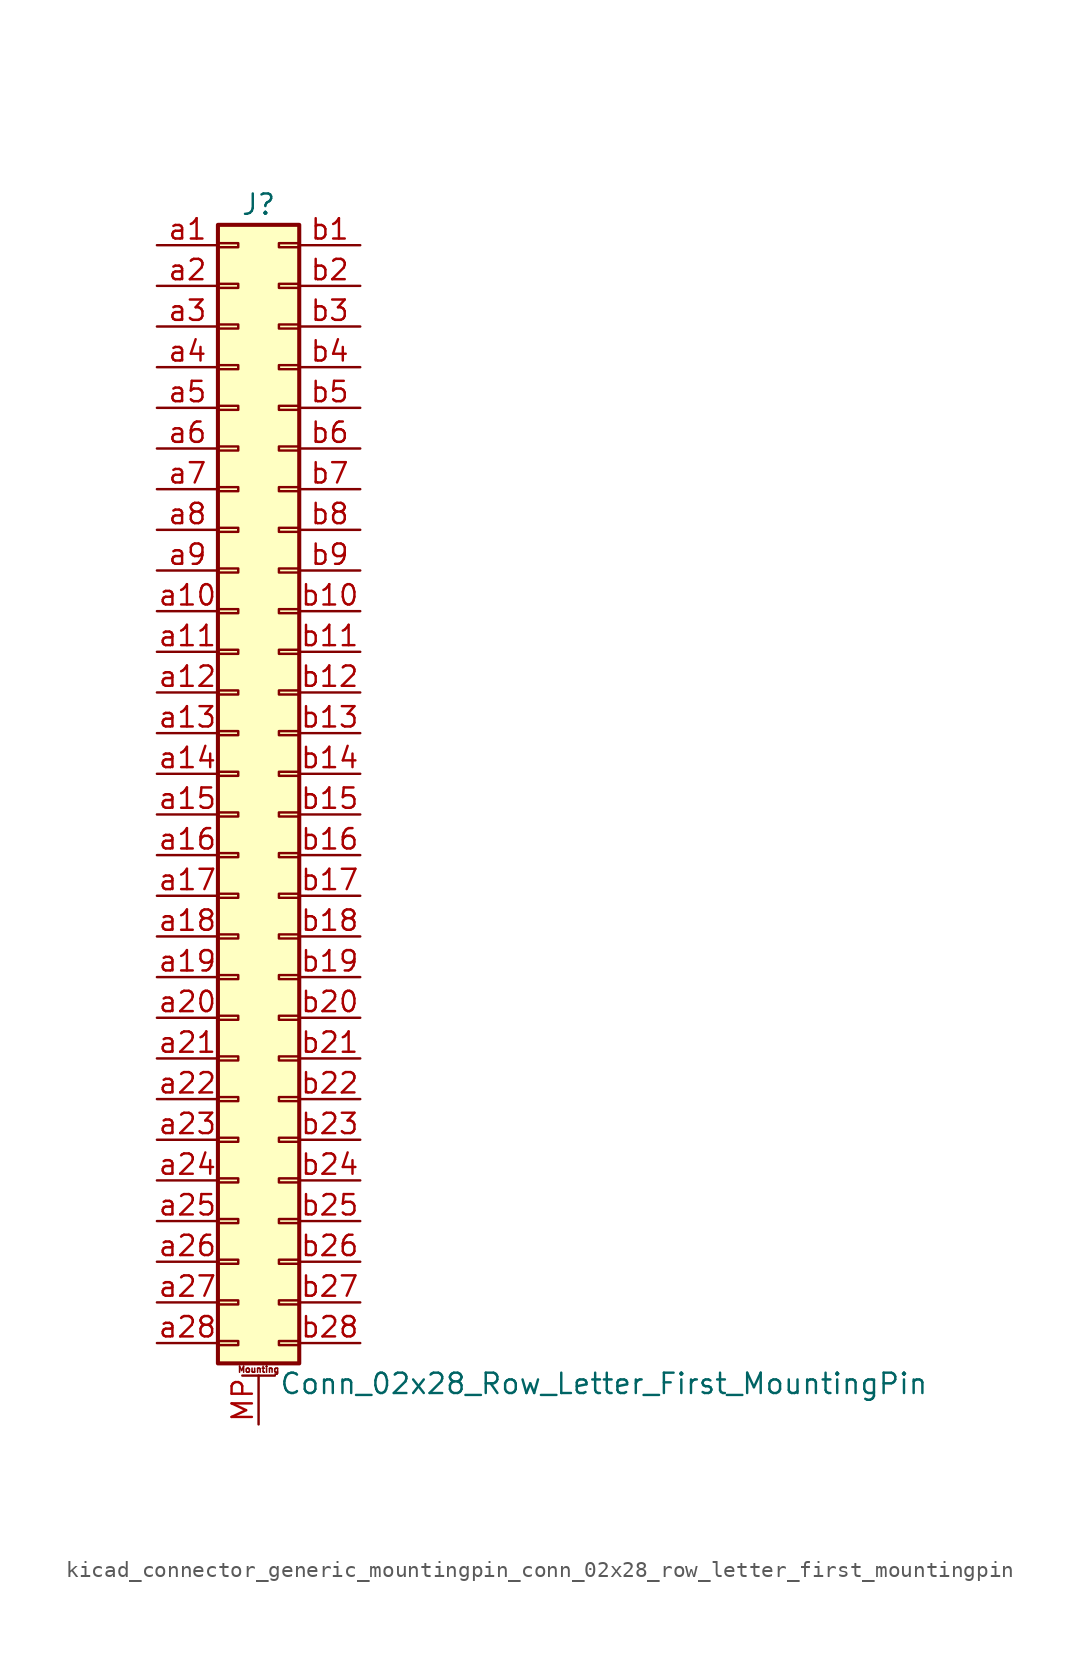
<source format=kicad_sym>
(kicad_symbol_lib
  (version 20220914)
  (generator kicad_symbol_editor)
  (symbol "kicad_connector_generic_mountingpin_conn_02x28_row_letter_first_mountingpin"
    (pin_names
      (offset 1.016) hide)
    (property "Reference" "J"
      (at 1.27 35.56 0)
      (effects (font (size 1.27 1.27))))
    (property "Value" "Conn_02x28_Row_Letter_First_MountingPin"
      (at 2.54 -38.1 0)
      (effects (font (size 1.27 1.27)) (justify left)))
    (symbol "kicad_connector_generic_mountingpin_conn_02x28_row_letter_first_mountingpin_1_1"
      (rectangle (start -1.27 -35.433) (end 0 -35.687) (stroke (width 0.152) (type default)) (fill (type none)))
      (rectangle (start -1.27 -32.893) (end 0 -33.147) (stroke (width 0.152) (type default)) (fill (type none)))
      (rectangle (start -1.27 -30.353) (end 0 -30.607) (stroke (width 0.152) (type default)) (fill (type none)))
      (rectangle (start -1.27 -27.813) (end 0 -28.067) (stroke (width 0.152) (type default)) (fill (type none)))
      (rectangle (start -1.27 -25.273) (end 0 -25.527) (stroke (width 0.152) (type default)) (fill (type none)))
      (rectangle (start -1.27 -22.733) (end 0 -22.987) (stroke (width 0.152) (type default)) (fill (type none)))
      (rectangle (start -1.27 -20.193) (end 0 -20.447) (stroke (width 0.152) (type default)) (fill (type none)))
      (rectangle (start -1.27 -17.653) (end 0 -17.907) (stroke (width 0.152) (type default)) (fill (type none)))
      (rectangle (start -1.27 -15.113) (end 0 -15.367) (stroke (width 0.152) (type default)) (fill (type none)))
      (rectangle (start -1.27 -12.573) (end 0 -12.827) (stroke (width 0.152) (type default)) (fill (type none)))
      (rectangle (start -1.27 -10.033) (end 0 -10.287) (stroke (width 0.152) (type default)) (fill (type none)))
      (rectangle (start -1.27 -7.493) (end 0 -7.747) (stroke (width 0.152) (type default)) (fill (type none)))
      (rectangle (start -1.27 -4.953) (end 0 -5.207) (stroke (width 0.152) (type default)) (fill (type none)))
      (rectangle (start -1.27 -2.413) (end 0 -2.667) (stroke (width 0.152) (type default)) (fill (type none)))
      (rectangle (start -1.27 0.127) (end 0 -0.127) (stroke (width 0.152) (type default)) (fill (type none)))
      (rectangle (start -1.27 2.667) (end 0 2.413) (stroke (width 0.152) (type default)) (fill (type none)))
      (rectangle (start -1.27 5.207) (end 0 4.953) (stroke (width 0.152) (type default)) (fill (type none)))
      (rectangle (start -1.27 7.747) (end 0 7.493) (stroke (width 0.152) (type default)) (fill (type none)))
      (rectangle (start -1.27 10.287) (end 0 10.033) (stroke (width 0.152) (type default)) (fill (type none)))
      (rectangle (start -1.27 12.827) (end 0 12.573) (stroke (width 0.152) (type default)) (fill (type none)))
      (rectangle (start -1.27 15.367) (end 0 15.113) (stroke (width 0.152) (type default)) (fill (type none)))
      (rectangle (start -1.27 17.907) (end 0 17.653) (stroke (width 0.152) (type default)) (fill (type none)))
      (rectangle (start -1.27 20.447) (end 0 20.193) (stroke (width 0.152) (type default)) (fill (type none)))
      (rectangle (start -1.27 22.987) (end 0 22.733) (stroke (width 0.152) (type default)) (fill (type none)))
      (rectangle (start -1.27 25.527) (end 0 25.273) (stroke (width 0.152) (type default)) (fill (type none)))
      (rectangle (start -1.27 28.067) (end 0 27.813) (stroke (width 0.152) (type default)) (fill (type none)))
      (rectangle (start -1.27 30.607) (end 0 30.353) (stroke (width 0.152) (type default)) (fill (type none)))
      (rectangle (start -1.27 33.147) (end 0 32.893) (stroke (width 0.152) (type default)) (fill (type none)))
      (rectangle (start -1.27 34.29) (end 3.81 -36.83) (stroke (width 0.254) (type default)) (fill (type background)))
      (polyline (pts (xy 0.254 -37.592) (xy 2.286 -37.592)) (stroke (width 0.152) (type default)) (fill (type none)))
      (rectangle (start 3.81 -35.433) (end 2.54 -35.687) (stroke (width 0.152) (type default)) (fill (type none)))
      (rectangle (start 3.81 -32.893) (end 2.54 -33.147) (stroke (width 0.152) (type default)) (fill (type none)))
      (rectangle (start 3.81 -30.353) (end 2.54 -30.607) (stroke (width 0.152) (type default)) (fill (type none)))
      (rectangle (start 3.81 -27.813) (end 2.54 -28.067) (stroke (width 0.152) (type default)) (fill (type none)))
      (rectangle (start 3.81 -25.273) (end 2.54 -25.527) (stroke (width 0.152) (type default)) (fill (type none)))
      (rectangle (start 3.81 -22.733) (end 2.54 -22.987) (stroke (width 0.152) (type default)) (fill (type none)))
      (rectangle (start 3.81 -20.193) (end 2.54 -20.447) (stroke (width 0.152) (type default)) (fill (type none)))
      (rectangle (start 3.81 -17.653) (end 2.54 -17.907) (stroke (width 0.152) (type default)) (fill (type none)))
      (rectangle (start 3.81 -15.113) (end 2.54 -15.367) (stroke (width 0.152) (type default)) (fill (type none)))
      (rectangle (start 3.81 -12.573) (end 2.54 -12.827) (stroke (width 0.152) (type default)) (fill (type none)))
      (rectangle (start 3.81 -10.033) (end 2.54 -10.287) (stroke (width 0.152) (type default)) (fill (type none)))
      (rectangle (start 3.81 -7.493) (end 2.54 -7.747) (stroke (width 0.152) (type default)) (fill (type none)))
      (rectangle (start 3.81 -4.953) (end 2.54 -5.207) (stroke (width 0.152) (type default)) (fill (type none)))
      (rectangle (start 3.81 -2.413) (end 2.54 -2.667) (stroke (width 0.152) (type default)) (fill (type none)))
      (rectangle (start 3.81 0.127) (end 2.54 -0.127) (stroke (width 0.152) (type default)) (fill (type none)))
      (rectangle (start 3.81 2.667) (end 2.54 2.413) (stroke (width 0.152) (type default)) (fill (type none)))
      (rectangle (start 3.81 5.207) (end 2.54 4.953) (stroke (width 0.152) (type default)) (fill (type none)))
      (rectangle (start 3.81 7.747) (end 2.54 7.493) (stroke (width 0.152) (type default)) (fill (type none)))
      (rectangle (start 3.81 10.287) (end 2.54 10.033) (stroke (width 0.152) (type default)) (fill (type none)))
      (rectangle (start 3.81 12.827) (end 2.54 12.573) (stroke (width 0.152) (type default)) (fill (type none)))
      (rectangle (start 3.81 15.367) (end 2.54 15.113) (stroke (width 0.152) (type default)) (fill (type none)))
      (rectangle (start 3.81 17.907) (end 2.54 17.653) (stroke (width 0.152) (type default)) (fill (type none)))
      (rectangle (start 3.81 20.447) (end 2.54 20.193) (stroke (width 0.152) (type default)) (fill (type none)))
      (rectangle (start 3.81 22.987) (end 2.54 22.733) (stroke (width 0.152) (type default)) (fill (type none)))
      (rectangle (start 3.81 25.527) (end 2.54 25.273) (stroke (width 0.152) (type default)) (fill (type none)))
      (rectangle (start 3.81 28.067) (end 2.54 27.813) (stroke (width 0.152) (type default)) (fill (type none)))
      (rectangle (start 3.81 30.607) (end 2.54 30.353) (stroke (width 0.152) (type default)) (fill (type none)))
      (rectangle (start 3.81 33.147) (end 2.54 32.893) (stroke (width 0.152) (type default)) (fill (type none)))
      (text "Mounting" (at 1.27 -37.211 0) (effects (font (size 0.381 0.381))))
      (pin passive line (at 1.27 -40.64 90) (length 3.048) (name "MountPin" (effects (font (size 1.27 1.27)))) (number "MP" (effects (font (size 1.27 1.27)))))
      (pin passive line (at -5.08 33.02 0) (length 3.81) (name "Pin_a1" (effects (font (size 1.27 1.27)))) (number "a1" (effects (font (size 1.27 1.27)))))
      (pin passive line (at -5.08 10.16 0) (length 3.81) (name "Pin_a10" (effects (font (size 1.27 1.27)))) (number "a10" (effects (font (size 1.27 1.27)))))
      (pin passive line (at -5.08 7.62 0) (length 3.81) (name "Pin_a11" (effects (font (size 1.27 1.27)))) (number "a11" (effects (font (size 1.27 1.27)))))
      (pin passive line (at -5.08 5.08 0) (length 3.81) (name "Pin_a12" (effects (font (size 1.27 1.27)))) (number "a12" (effects (font (size 1.27 1.27)))))
      (pin passive line (at -5.08 2.54 0) (length 3.81) (name "Pin_a13" (effects (font (size 1.27 1.27)))) (number "a13" (effects (font (size 1.27 1.27)))))
      (pin passive line (at -5.08 0 0) (length 3.81) (name "Pin_a14" (effects (font (size 1.27 1.27)))) (number "a14" (effects (font (size 1.27 1.27)))))
      (pin passive line (at -5.08 -2.54 0) (length 3.81) (name "Pin_a15" (effects (font (size 1.27 1.27)))) (number "a15" (effects (font (size 1.27 1.27)))))
      (pin passive line (at -5.08 -5.08 0) (length 3.81) (name "Pin_a16" (effects (font (size 1.27 1.27)))) (number "a16" (effects (font (size 1.27 1.27)))))
      (pin passive line (at -5.08 -7.62 0) (length 3.81) (name "Pin_a17" (effects (font (size 1.27 1.27)))) (number "a17" (effects (font (size 1.27 1.27)))))
      (pin passive line (at -5.08 -10.16 0) (length 3.81) (name "Pin_a18" (effects (font (size 1.27 1.27)))) (number "a18" (effects (font (size 1.27 1.27)))))
      (pin passive line (at -5.08 -12.7 0) (length 3.81) (name "Pin_a19" (effects (font (size 1.27 1.27)))) (number "a19" (effects (font (size 1.27 1.27)))))
      (pin passive line (at -5.08 30.48 0) (length 3.81) (name "Pin_a2" (effects (font (size 1.27 1.27)))) (number "a2" (effects (font (size 1.27 1.27)))))
      (pin passive line (at -5.08 -15.24 0) (length 3.81) (name "Pin_a20" (effects (font (size 1.27 1.27)))) (number "a20" (effects (font (size 1.27 1.27)))))
      (pin passive line (at -5.08 -17.78 0) (length 3.81) (name "Pin_a21" (effects (font (size 1.27 1.27)))) (number "a21" (effects (font (size 1.27 1.27)))))
      (pin passive line (at -5.08 -20.32 0) (length 3.81) (name "Pin_a22" (effects (font (size 1.27 1.27)))) (number "a22" (effects (font (size 1.27 1.27)))))
      (pin passive line (at -5.08 -22.86 0) (length 3.81) (name "Pin_a23" (effects (font (size 1.27 1.27)))) (number "a23" (effects (font (size 1.27 1.27)))))
      (pin passive line (at -5.08 -25.4 0) (length 3.81) (name "Pin_a24" (effects (font (size 1.27 1.27)))) (number "a24" (effects (font (size 1.27 1.27)))))
      (pin passive line (at -5.08 -27.94 0) (length 3.81) (name "Pin_a25" (effects (font (size 1.27 1.27)))) (number "a25" (effects (font (size 1.27 1.27)))))
      (pin passive line (at -5.08 -30.48 0) (length 3.81) (name "Pin_a26" (effects (font (size 1.27 1.27)))) (number "a26" (effects (font (size 1.27 1.27)))))
      (pin passive line (at -5.08 -33.02 0) (length 3.81) (name "Pin_a27" (effects (font (size 1.27 1.27)))) (number "a27" (effects (font (size 1.27 1.27)))))
      (pin passive line (at -5.08 -35.56 0) (length 3.81) (name "Pin_a28" (effects (font (size 1.27 1.27)))) (number "a28" (effects (font (size 1.27 1.27)))))
      (pin passive line (at -5.08 27.94 0) (length 3.81) (name "Pin_a3" (effects (font (size 1.27 1.27)))) (number "a3" (effects (font (size 1.27 1.27)))))
      (pin passive line (at -5.08 25.4 0) (length 3.81) (name "Pin_a4" (effects (font (size 1.27 1.27)))) (number "a4" (effects (font (size 1.27 1.27)))))
      (pin passive line (at -5.08 22.86 0) (length 3.81) (name "Pin_a5" (effects (font (size 1.27 1.27)))) (number "a5" (effects (font (size 1.27 1.27)))))
      (pin passive line (at -5.08 20.32 0) (length 3.81) (name "Pin_a6" (effects (font (size 1.27 1.27)))) (number "a6" (effects (font (size 1.27 1.27)))))
      (pin passive line (at -5.08 17.78 0) (length 3.81) (name "Pin_a7" (effects (font (size 1.27 1.27)))) (number "a7" (effects (font (size 1.27 1.27)))))
      (pin passive line (at -5.08 15.24 0) (length 3.81) (name "Pin_a8" (effects (font (size 1.27 1.27)))) (number "a8" (effects (font (size 1.27 1.27)))))
      (pin passive line (at -5.08 12.7 0) (length 3.81) (name "Pin_a9" (effects (font (size 1.27 1.27)))) (number "a9" (effects (font (size 1.27 1.27)))))
      (pin passive line (at 7.62 33.02 180) (length 3.81) (name "Pin_b1" (effects (font (size 1.27 1.27)))) (number "b1" (effects (font (size 1.27 1.27)))))
      (pin passive line (at 7.62 10.16 180) (length 3.81) (name "Pin_b10" (effects (font (size 1.27 1.27)))) (number "b10" (effects (font (size 1.27 1.27)))))
      (pin passive line (at 7.62 7.62 180) (length 3.81) (name "Pin_b11" (effects (font (size 1.27 1.27)))) (number "b11" (effects (font (size 1.27 1.27)))))
      (pin passive line (at 7.62 5.08 180) (length 3.81) (name "Pin_b12" (effects (font (size 1.27 1.27)))) (number "b12" (effects (font (size 1.27 1.27)))))
      (pin passive line (at 7.62 2.54 180) (length 3.81) (name "Pin_b13" (effects (font (size 1.27 1.27)))) (number "b13" (effects (font (size 1.27 1.27)))))
      (pin passive line (at 7.62 0 180) (length 3.81) (name "Pin_b14" (effects (font (size 1.27 1.27)))) (number "b14" (effects (font (size 1.27 1.27)))))
      (pin passive line (at 7.62 -2.54 180) (length 3.81) (name "Pin_b15" (effects (font (size 1.27 1.27)))) (number "b15" (effects (font (size 1.27 1.27)))))
      (pin passive line (at 7.62 -5.08 180) (length 3.81) (name "Pin_b16" (effects (font (size 1.27 1.27)))) (number "b16" (effects (font (size 1.27 1.27)))))
      (pin passive line (at 7.62 -7.62 180) (length 3.81) (name "Pin_b17" (effects (font (size 1.27 1.27)))) (number "b17" (effects (font (size 1.27 1.27)))))
      (pin passive line (at 7.62 -10.16 180) (length 3.81) (name "Pin_b18" (effects (font (size 1.27 1.27)))) (number "b18" (effects (font (size 1.27 1.27)))))
      (pin passive line (at 7.62 -12.7 180) (length 3.81) (name "Pin_b19" (effects (font (size 1.27 1.27)))) (number "b19" (effects (font (size 1.27 1.27)))))
      (pin passive line (at 7.62 30.48 180) (length 3.81) (name "Pin_b2" (effects (font (size 1.27 1.27)))) (number "b2" (effects (font (size 1.27 1.27)))))
      (pin passive line (at 7.62 -15.24 180) (length 3.81) (name "Pin_b20" (effects (font (size 1.27 1.27)))) (number "b20" (effects (font (size 1.27 1.27)))))
      (pin passive line (at 7.62 -17.78 180) (length 3.81) (name "Pin_b21" (effects (font (size 1.27 1.27)))) (number "b21" (effects (font (size 1.27 1.27)))))
      (pin passive line (at 7.62 -20.32 180) (length 3.81) (name "Pin_b22" (effects (font (size 1.27 1.27)))) (number "b22" (effects (font (size 1.27 1.27)))))
      (pin passive line (at 7.62 -22.86 180) (length 3.81) (name "Pin_b23" (effects (font (size 1.27 1.27)))) (number "b23" (effects (font (size 1.27 1.27)))))
      (pin passive line (at 7.62 -25.4 180) (length 3.81) (name "Pin_b24" (effects (font (size 1.27 1.27)))) (number "b24" (effects (font (size 1.27 1.27)))))
      (pin passive line (at 7.62 -27.94 180) (length 3.81) (name "Pin_b25" (effects (font (size 1.27 1.27)))) (number "b25" (effects (font (size 1.27 1.27)))))
      (pin passive line (at 7.62 -30.48 180) (length 3.81) (name "Pin_b26" (effects (font (size 1.27 1.27)))) (number "b26" (effects (font (size 1.27 1.27)))))
      (pin passive line (at 7.62 -33.02 180) (length 3.81) (name "Pin_b27" (effects (font (size 1.27 1.27)))) (number "b27" (effects (font (size 1.27 1.27)))))
      (pin passive line (at 7.62 -35.56 180) (length 3.81) (name "Pin_b28" (effects (font (size 1.27 1.27)))) (number "b28" (effects (font (size 1.27 1.27)))))
      (pin passive line (at 7.62 27.94 180) (length 3.81) (name "Pin_b3" (effects (font (size 1.27 1.27)))) (number "b3" (effects (font (size 1.27 1.27)))))
      (pin passive line (at 7.62 25.4 180) (length 3.81) (name "Pin_b4" (effects (font (size 1.27 1.27)))) (number "b4" (effects (font (size 1.27 1.27)))))
      (pin passive line (at 7.62 22.86 180) (length 3.81) (name "Pin_b5" (effects (font (size 1.27 1.27)))) (number "b5" (effects (font (size 1.27 1.27)))))
      (pin passive line (at 7.62 20.32 180) (length 3.81) (name "Pin_b6" (effects (font (size 1.27 1.27)))) (number "b6" (effects (font (size 1.27 1.27)))))
      (pin passive line (at 7.62 17.78 180) (length 3.81) (name "Pin_b7" (effects (font (size 1.27 1.27)))) (number "b7" (effects (font (size 1.27 1.27)))))
      (pin passive line (at 7.62 15.24 180) (length 3.81) (name "Pin_b8" (effects (font (size 1.27 1.27)))) (number "b8" (effects (font (size 1.27 1.27)))))
      (pin passive line (at 7.62 12.7 180) (length 3.81) (name "Pin_b9" (effects (font (size 1.27 1.27)))) (number "b9" (effects (font (size 1.27 1.27))))))))
</source>
